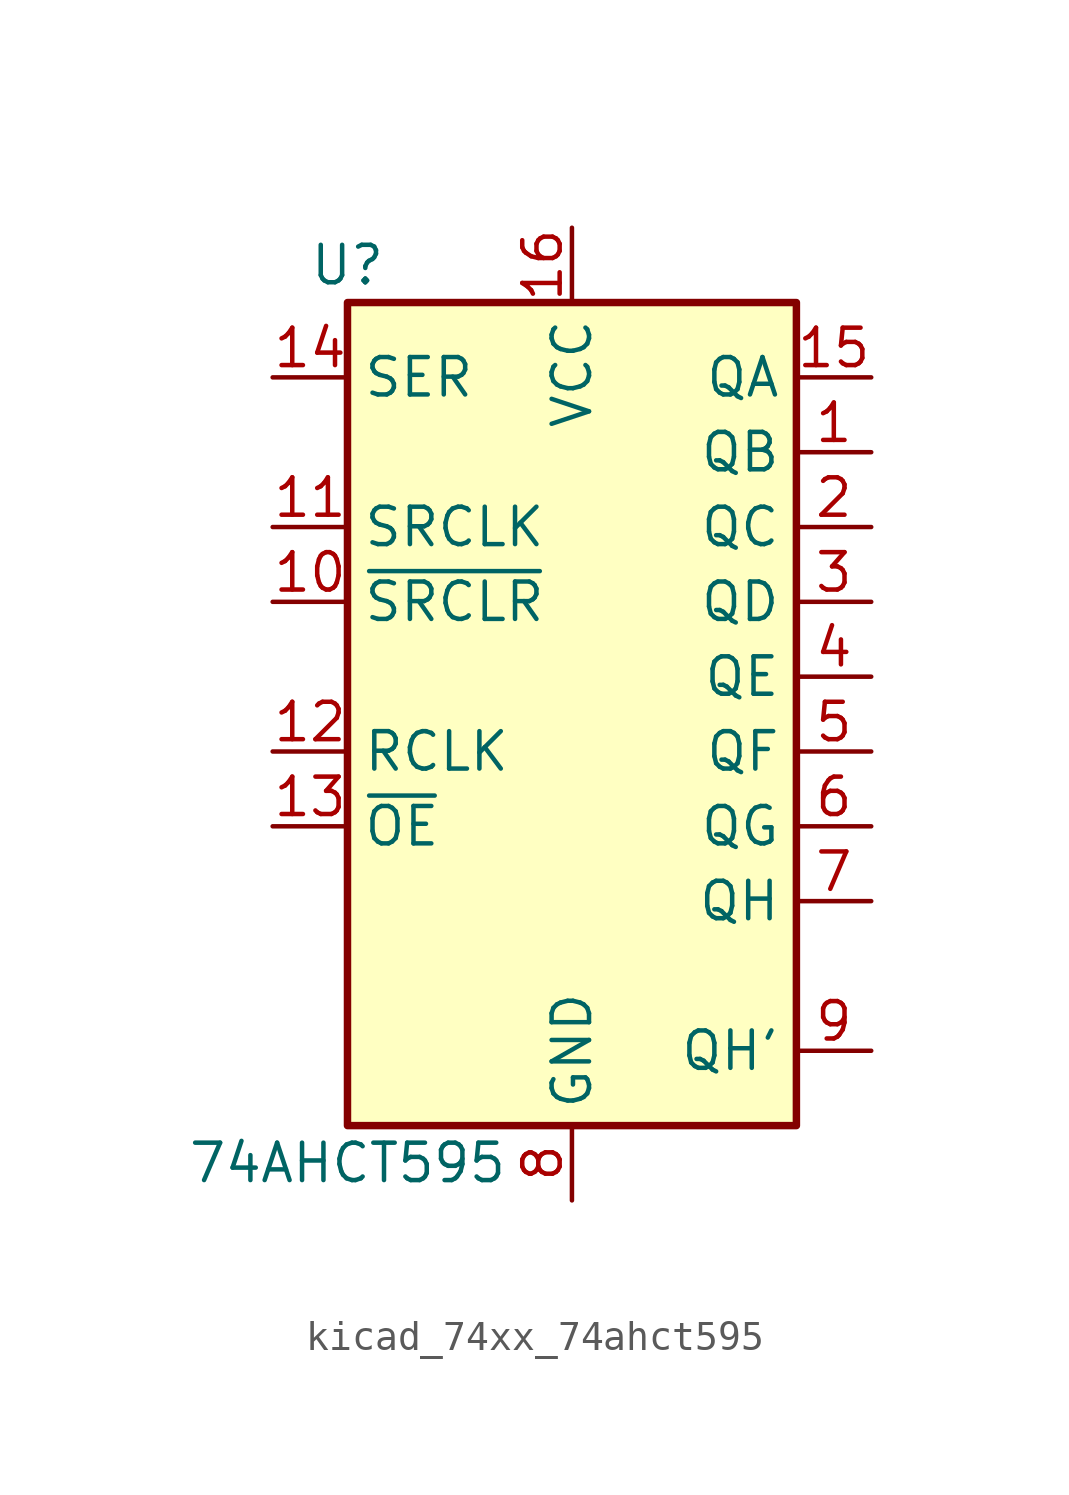
<source format=kicad_sym>
(kicad_symbol_lib
  (version 20220914)
  (generator kicad_symbol_editor)
  (symbol "kicad_74xx_74ahct595"
    (property "Reference" "U"
      (at -7.62 13.97 0)
      (effects (font (size 1.27 1.27))))
    (property "Value" "74AHCT595"
      (at -7.62 -16.51 0)
      (effects (font (size 1.27 1.27))))
    (symbol "kicad_74xx_74ahct595_1_0"
      (pin tri_state line (at 10.16 7.62 180) (length 2.54) (name "QB" (effects (font (size 1.27 1.27)))) (number "1" (effects (font (size 1.27 1.27)))))
      (pin input line (at -10.16 2.54 0) (length 2.54) (name "~{SRCLR}" (effects (font (size 1.27 1.27)))) (number "10" (effects (font (size 1.27 1.27)))))
      (pin input line (at -10.16 5.08 0) (length 2.54) (name "SRCLK" (effects (font (size 1.27 1.27)))) (number "11" (effects (font (size 1.27 1.27)))))
      (pin input line (at -10.16 -2.54 0) (length 2.54) (name "RCLK" (effects (font (size 1.27 1.27)))) (number "12" (effects (font (size 1.27 1.27)))))
      (pin input line (at -10.16 -5.08 0) (length 2.54) (name "~{OE}" (effects (font (size 1.27 1.27)))) (number "13" (effects (font (size 1.27 1.27)))))
      (pin input line (at -10.16 10.16 0) (length 2.54) (name "SER" (effects (font (size 1.27 1.27)))) (number "14" (effects (font (size 1.27 1.27)))))
      (pin tri_state line (at 10.16 10.16 180) (length 2.54) (name "QA" (effects (font (size 1.27 1.27)))) (number "15" (effects (font (size 1.27 1.27)))))
      (pin power_in line (at 0 15.24 270) (length 2.54) (name "VCC" (effects (font (size 1.27 1.27)))) (number "16" (effects (font (size 1.27 1.27)))))
      (pin tri_state line (at 10.16 5.08 180) (length 2.54) (name "QC" (effects (font (size 1.27 1.27)))) (number "2" (effects (font (size 1.27 1.27)))))
      (pin tri_state line (at 10.16 2.54 180) (length 2.54) (name "QD" (effects (font (size 1.27 1.27)))) (number "3" (effects (font (size 1.27 1.27)))))
      (pin tri_state line (at 10.16 0 180) (length 2.54) (name "QE" (effects (font (size 1.27 1.27)))) (number "4" (effects (font (size 1.27 1.27)))))
      (pin tri_state line (at 10.16 -2.54 180) (length 2.54) (name "QF" (effects (font (size 1.27 1.27)))) (number "5" (effects (font (size 1.27 1.27)))))
      (pin tri_state line (at 10.16 -5.08 180) (length 2.54) (name "QG" (effects (font (size 1.27 1.27)))) (number "6" (effects (font (size 1.27 1.27)))))
      (pin tri_state line (at 10.16 -7.62 180) (length 2.54) (name "QH" (effects (font (size 1.27 1.27)))) (number "7" (effects (font (size 1.27 1.27)))))
      (pin power_in line (at 0 -17.78 90) (length 2.54) (name "GND" (effects (font (size 1.27 1.27)))) (number "8" (effects (font (size 1.27 1.27)))))
      (pin output line (at 10.16 -12.7 180) (length 2.54) (name "QH'" (effects (font (size 1.27 1.27)))) (number "9" (effects (font (size 1.27 1.27))))))
    (symbol "kicad_74xx_74ahct595_1_1"
      (rectangle (start -7.62 12.7) (end 7.62 -15.24) (stroke (width 0.254) (type default)) (fill (type background))))))
</source>
